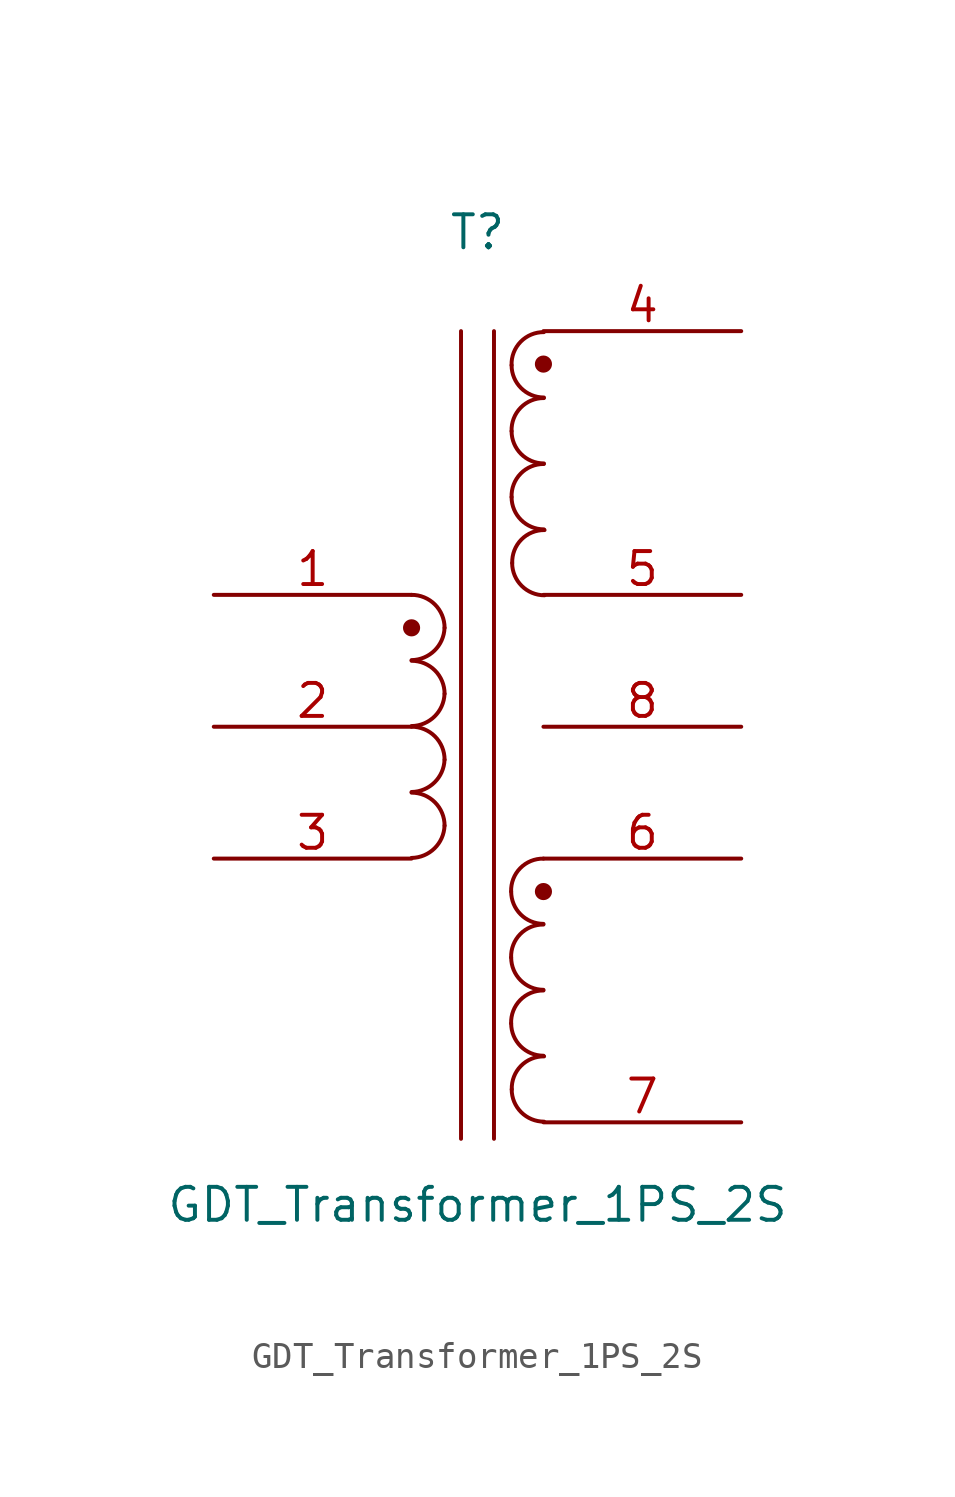
<source format=kicad_sym>
(kicad_symbol_lib
  (version 20231120)
  (generator "kicad_symbol_editor")
  (generator_version "8.0")
  (symbol "GDT_Transformer_1PS_2S"
    (pin_names
      (offset 1.016) hide)
    (property "Reference" "T"
      (at 0 19.05 0)
      (effects (font (size 1.27 1.27))))
    (property "Value" "GDT_Transformer_1PS_2S"
      (at 0 -18.415 0)
      (effects (font (size 1.27 1.27))))
    (symbol "GDT_Transformer_1PS_2S_0_1"
      (arc (start -2.54 -5.0546) (mid -1.6561 -4.6863) (end -1.27 -3.81) (stroke (width 0) (type default)) (fill (type none)))
      (arc (start -2.54 -2.5146) (mid -1.6561 -2.1463) (end -1.27 -1.27) (stroke (width 0) (type default)) (fill (type none)))
      (arc (start -2.54 0.0254) (mid -1.6561 0.3937) (end -1.27 1.27) (stroke (width 0) (type default)) (fill (type none)))
      (arc (start -2.54 2.5654) (mid -1.6561 2.9337) (end -1.27 3.81) (stroke (width 0) (type default)) (fill (type none)))
      (circle (center -2.54 3.81) (radius 0.254) (stroke (width 0.152) (type default)) (fill (type outline)))
      (arc (start -1.27 -3.81) (mid -1.642 -2.912) (end -2.54 -2.54) (stroke (width 0) (type default)) (fill (type none)))
      (arc (start -1.27 -1.27) (mid -1.642 -0.372) (end -2.54 0) (stroke (width 0) (type default)) (fill (type none)))
      (arc (start -1.27 1.27) (mid -1.642 2.168) (end -2.54 2.54) (stroke (width 0) (type default)) (fill (type none)))
      (arc (start -1.27 3.81) (mid -1.642 4.708) (end -2.54 5.08) (stroke (width 0) (type default)) (fill (type none)))
      (polyline (pts (xy -0.635 15.24) (xy -0.635 -15.875)) (stroke (width 0) (type default)) (fill (type none)))
      (polyline (pts (xy 0.635 -15.875) (xy 0.635 15.24)) (stroke (width 0) (type default)) (fill (type none)))
      (arc (start 1.2954 -11.43) (mid 1.6599 -12.3101) (end 2.54 -12.6746) (stroke (width 0) (type default)) (fill (type none)))
      (arc (start 1.2954 -8.89) (mid 1.6599 -9.7701) (end 2.54 -10.1346) (stroke (width 0) (type default)) (fill (type none)))
      (arc (start 1.2954 -6.35) (mid 1.6599 -7.2301) (end 2.54 -7.5946) (stroke (width 0) (type default)) (fill (type none)))
      (arc (start 1.3129 8.8477) (mid 1.6774 7.9676) (end 2.5575 7.6031) (stroke (width 0) (type default)) (fill (type none)))
      (arc (start 1.3129 11.3877) (mid 1.6774 10.5076) (end 2.5575 10.1431) (stroke (width 0) (type default)) (fill (type none)))
      (arc (start 1.3129 13.9277) (mid 1.6774 13.0476) (end 2.5575 12.6831) (stroke (width 0) (type default)) (fill (type none)))
      (arc (start 1.3208 -13.97) (mid 1.6854 -14.8499) (end 2.5654 -15.2146) (stroke (width 0) (type default)) (fill (type none)))
      (arc (start 1.3383 6.3077) (mid 1.7028 5.4276) (end 2.5829 5.0631) (stroke (width 0) (type default)) (fill (type none)))
      (arc (start 2.54 -10.16) (mid 1.6458 -10.5285) (end 1.2954 -11.43) (stroke (width 0) (type default)) (fill (type none)))
      (arc (start 2.54 -7.62) (mid 1.6458 -7.9885) (end 1.2954 -8.89) (stroke (width 0) (type default)) (fill (type none)))
      (circle (center 2.54 -6.35) (radius 0.254) (stroke (width 0.152) (type default)) (fill (type outline)))
      (arc (start 2.54 -5.08) (mid 1.6458 -5.4485) (end 1.2954 -6.35) (stroke (width 0) (type default)) (fill (type none)))
      (circle (center 2.54 13.97) (radius 0.254) (stroke (width 0.152) (type default)) (fill (type outline)))
      (arc (start 2.5575 10.1177) (mid 1.6631 9.7494) (end 1.3129 8.8477) (stroke (width 0) (type default)) (fill (type none)))
      (arc (start 2.5575 12.6577) (mid 1.6631 12.2894) (end 1.3129 11.3877) (stroke (width 0) (type default)) (fill (type none)))
      (arc (start 2.5575 15.1977) (mid 1.6631 14.8294) (end 1.3129 13.9277) (stroke (width 0) (type default)) (fill (type none)))
      (arc (start 2.5654 -12.7) (mid 1.6709 -13.0683) (end 1.3208 -13.97) (stroke (width 0) (type default)) (fill (type none)))
      (arc (start 2.5829 7.5777) (mid 1.6882 7.2095) (end 1.3383 6.3077) (stroke (width 0) (type default)) (fill (type none))))
    (symbol "GDT_Transformer_1PS_2S_1_1"
      (pin passive line (at -10.16 5.08 0) (length 7.62) (name "AA" (effects (font (size 1.27 1.27)))) (number "1" (effects (font (size 1.27 1.27)))))
      (pin passive line (at -10.16 0 0) (length 7.62) (name "AA" (effects (font (size 1.27 1.27)))) (number "2" (effects (font (size 1.27 1.27)))))
      (pin passive line (at -10.16 -5.08 0) (length 7.62) (name "3" (effects (font (size 1.27 1.27)))) (number "3" (effects (font (size 1.27 1.27)))))
      (pin passive line (at 10.16 15.24 180) (length 7.62) (name "4" (effects (font (size 1.27 1.27)))) (number "4" (effects (font (size 1.27 1.27)))))
      (pin passive line (at 10.16 5.08 180) (length 7.62) (name "5" (effects (font (size 1.27 1.27)))) (number "5" (effects (font (size 1.27 1.27)))))
      (pin passive line (at 10.16 -5.08 180) (length 7.62) (name "6" (effects (font (size 1.27 1.27)))) (number "6" (effects (font (size 1.27 1.27)))))
      (pin passive line (at 10.16 -15.24 180) (length 7.62) (name "7" (effects (font (size 1.27 1.27)))) (number "7" (effects (font (size 1.27 1.27)))))
      (pin passive line (at 10.16 0 180) (length 7.62) (name "NC" (effects (font (size 1.27 1.27)))) (number "8" (effects (font (size 1.27 1.27))))))))
</source>
